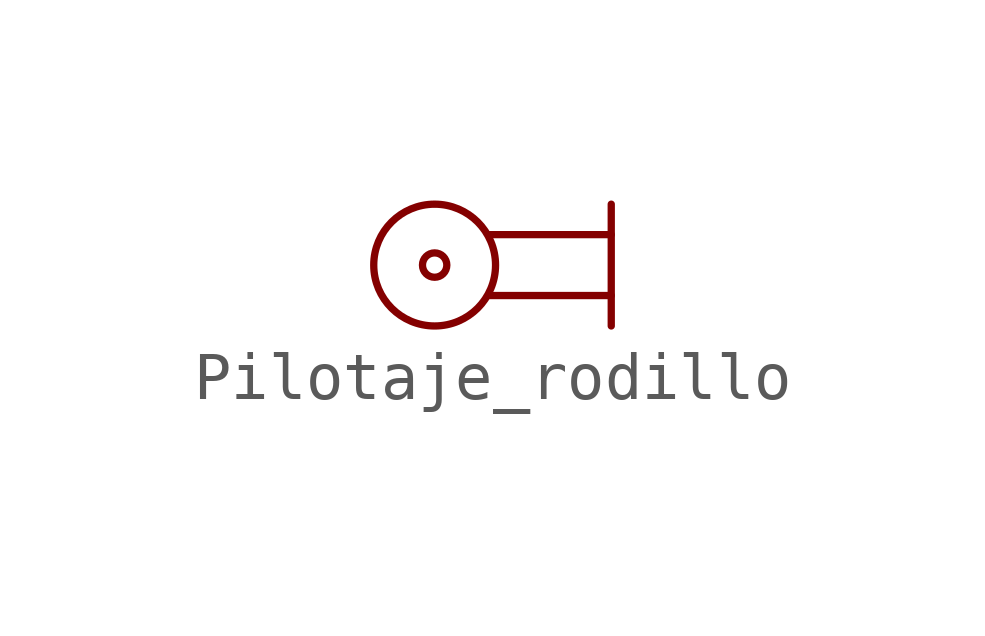
<source format=kicad_sym>
(kicad_symbol_lib
  (version 20211014)
  (generator kicad_symbol_editor)
  (symbol "Pilotaje_rodillo"
    (pin_names
      (offset 1.016))
    (property "Reference" "U"
      (at -0.508 0 0)
      (effects (font (size 1.27 1.27)) hide))
    (symbol "Pilotaje_rodillo_0_1"
      (circle (center -1.143 0) (radius 0.254) (stroke (width 0) (type default) (color 0 0 0 0)) (fill (type none)))
      (circle (center -1.143 0) (radius 1.27) (stroke (width 0) (type default) (color 0 0 0 0)) (fill (type none)))
      (polyline (pts (xy 0 -0.635) (xy 2.54 -0.635)) (stroke (width 0) (type default) (color 0 0 0 0)) (fill (type none)))
      (polyline (pts (xy 0 0.635) (xy 2.54 0.635)) (stroke (width 0) (type default) (color 0 0 0 0)) (fill (type none)))
      (polyline (pts (xy 2.54 1.27) (xy 2.54 -1.27)) (stroke (width 0) (type default) (color 0 0 0 0)) (fill (type none))))))
</source>
